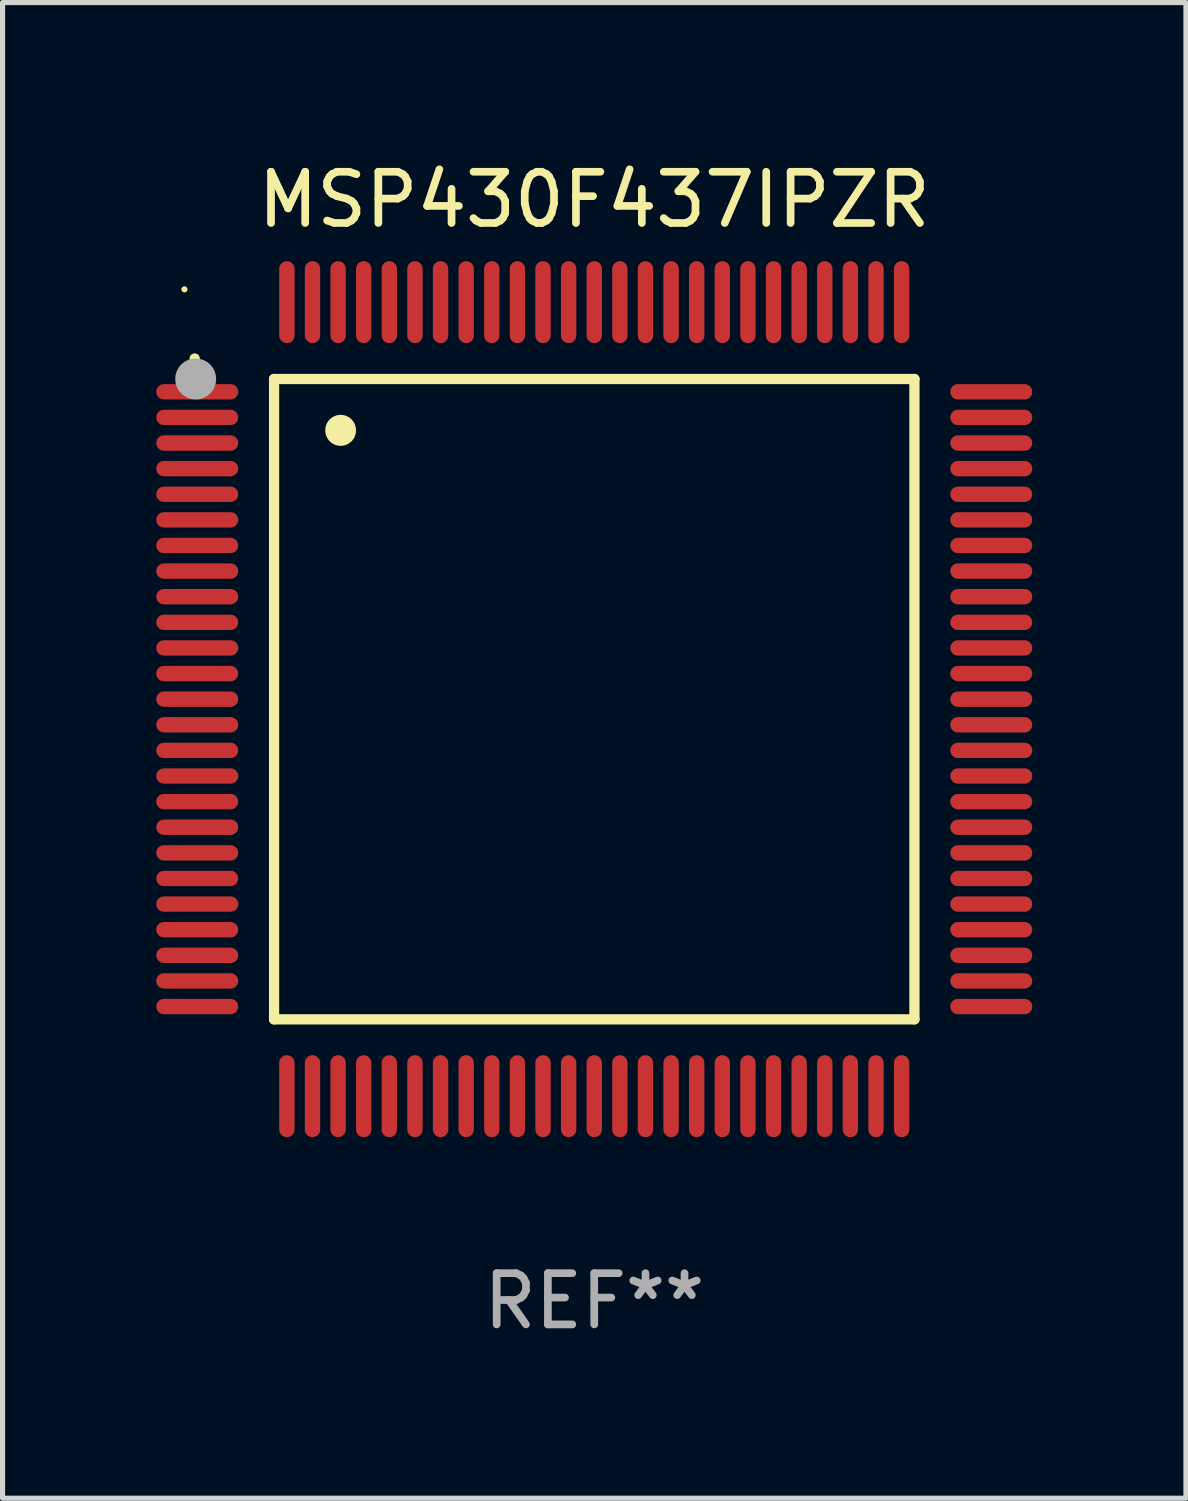
<source format=kicad_pcb>
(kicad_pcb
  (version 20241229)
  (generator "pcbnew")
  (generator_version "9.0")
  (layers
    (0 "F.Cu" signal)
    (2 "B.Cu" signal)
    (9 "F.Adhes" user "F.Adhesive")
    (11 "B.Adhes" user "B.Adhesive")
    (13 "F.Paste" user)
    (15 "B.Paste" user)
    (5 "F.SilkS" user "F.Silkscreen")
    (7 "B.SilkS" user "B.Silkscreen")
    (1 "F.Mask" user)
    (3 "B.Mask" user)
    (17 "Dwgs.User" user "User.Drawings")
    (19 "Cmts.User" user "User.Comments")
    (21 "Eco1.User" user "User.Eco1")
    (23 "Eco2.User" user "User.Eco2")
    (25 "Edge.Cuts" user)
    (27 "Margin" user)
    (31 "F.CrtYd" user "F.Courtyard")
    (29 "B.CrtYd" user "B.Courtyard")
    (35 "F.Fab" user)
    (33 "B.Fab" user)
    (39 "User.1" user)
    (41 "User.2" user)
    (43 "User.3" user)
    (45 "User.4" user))
  (footprint "MSP430F437IPZR"
    (layer "F.Cu")
    (at 8.55 10.598)
    (property "Reference" "MSP430F437IPZR" (at 0 -9.75 0) (layer "F.SilkS") (effects (font (size 1 1) (thickness 0.15))))
    (attr through_hole)
    (fp_line (start -6.25 -6.25) (end -6.25 6.25) (stroke (width 0.2) (type solid)) (layer "F.SilkS"))
    (fp_line (start -6.25 6.25) (end 6.25 6.25) (stroke (width 0.2) (type solid)) (layer "F.SilkS"))
    (fp_line (start 6.25 -6.25) (end -6.25 -6.25) (stroke (width 0.2) (type solid)) (layer "F.SilkS"))
    (fp_line (start 6.25 6.25) (end 6.25 -6.25) (stroke (width 0.2) (type solid)) (layer "F.SilkS"))
    (fp_arc (start -7.799568 -6.647625) (mid -7.799571 -6.648463) (end -7.799568 -6.649301) (stroke (width 0.2) (type solid)) (layer "F.SilkS"))
    (fp_arc (start -4.95047 -5.245111) (mid -4.950481 -5.247651) (end -4.95047 -5.250191) (stroke (width 0.6) (type solid)) (layer "F.SilkS"))
    (fp_circle (center -8 -8) (end -7.97 -8) (stroke (width 0.06) (type solid)) (fill no) (layer "F.SilkS"))
    (fp_circle (center -7.78 -6.25) (end -7.58 -6.25) (stroke (width 0.4) (type solid)) (fill no) (layer "F.Fab"))
    (fp_text user "REF**" (at 0 11.75 0) (layer "F.Fab") (effects (font (size 1 1) (thickness 0.15))))
    (pad "1" smd oval (at -7.75 -6 90) (size 0.3 1.6) (layers "F.Cu" "F.Mask" "F.Paste"))
    (pad "2" smd oval (at -7.75 -5.5 90) (size 0.3 1.6) (layers "F.Cu" "F.Mask" "F.Paste"))
    (pad "3" smd oval (at -7.75 -5 90) (size 0.3 1.6) (layers "F.Cu" "F.Mask" "F.Paste"))
    (pad "4" smd oval (at -7.75 -4.5 90) (size 0.3 1.6) (layers "F.Cu" "F.Mask" "F.Paste"))
    (pad "5" smd oval (at -7.75 -4 90) (size 0.3 1.6) (layers "F.Cu" "F.Mask" "F.Paste"))
    (pad "6" smd oval (at -7.75 -3.5 90) (size 0.3 1.6) (layers "F.Cu" "F.Mask" "F.Paste"))
    (pad "7" smd oval (at -7.75 -3 90) (size 0.3 1.6) (layers "F.Cu" "F.Mask" "F.Paste"))
    (pad "8" smd oval (at -7.75 -2.5 90) (size 0.3 1.6) (layers "F.Cu" "F.Mask" "F.Paste"))
    (pad "9" smd oval (at -7.75 -2 90) (size 0.3 1.6) (layers "F.Cu" "F.Mask" "F.Paste"))
    (pad "10" smd oval (at -7.75 -1.5 90) (size 0.3 1.6) (layers "F.Cu" "F.Mask" "F.Paste"))
    (pad "11" smd oval (at -7.75 -1 90) (size 0.3 1.6) (layers "F.Cu" "F.Mask" "F.Paste"))
    (pad "12" smd oval (at -7.75 -0.5 90) (size 0.3 1.6) (layers "F.Cu" "F.Mask" "F.Paste"))
    (pad "13" smd oval (at -7.75 0 90) (size 0.3 1.6) (layers "F.Cu" "F.Mask" "F.Paste"))
    (pad "14" smd oval (at -7.75 0.5 90) (size 0.3 1.6) (layers "F.Cu" "F.Mask" "F.Paste"))
    (pad "15" smd oval (at -7.75 1 90) (size 0.3 1.6) (layers "F.Cu" "F.Mask" "F.Paste"))
    (pad "16" smd oval (at -7.75 1.5 90) (size 0.3 1.6) (layers "F.Cu" "F.Mask" "F.Paste"))
    (pad "17" smd oval (at -7.75 2 90) (size 0.3 1.6) (layers "F.Cu" "F.Mask" "F.Paste"))
    (pad "18" smd oval (at -7.75 2.5 90) (size 0.3 1.6) (layers "F.Cu" "F.Mask" "F.Paste"))
    (pad "19" smd oval (at -7.75 3 90) (size 0.3 1.6) (layers "F.Cu" "F.Mask" "F.Paste"))
    (pad "20" smd oval (at -7.75 3.5 90) (size 0.3 1.6) (layers "F.Cu" "F.Mask" "F.Paste"))
    (pad "21" smd oval (at -7.75 4 90) (size 0.3 1.6) (layers "F.Cu" "F.Mask" "F.Paste"))
    (pad "22" smd oval (at -7.75 4.5 90) (size 0.3 1.6) (layers "F.Cu" "F.Mask" "F.Paste"))
    (pad "23" smd oval (at -7.75 5 90) (size 0.3 1.6) (layers "F.Cu" "F.Mask" "F.Paste"))
    (pad "24" smd oval (at -7.75 5.5 90) (size 0.3 1.6) (layers "F.Cu" "F.Mask" "F.Paste"))
    (pad "25" smd oval (at -7.75 6 90) (size 0.3 1.6) (layers "F.Cu" "F.Mask" "F.Paste"))
    (pad "26" smd oval (at -6 7.75) (size 0.3 1.6) (layers "F.Cu" "F.Mask" "F.Paste"))
    (pad "27" smd oval (at -5.5 7.75) (size 0.3 1.6) (layers "F.Cu" "F.Mask" "F.Paste"))
    (pad "28" smd oval (at -5 7.75) (size 0.3 1.6) (layers "F.Cu" "F.Mask" "F.Paste"))
    (pad "29" smd oval (at -4.5 7.75) (size 0.3 1.6) (layers "F.Cu" "F.Mask" "F.Paste"))
    (pad "30" smd oval (at -4 7.75) (size 0.3 1.6) (layers "F.Cu" "F.Mask" "F.Paste"))
    (pad "31" smd oval (at -3.5 7.75) (size 0.3 1.6) (layers "F.Cu" "F.Mask" "F.Paste"))
    (pad "32" smd oval (at -3 7.75) (size 0.3 1.6) (layers "F.Cu" "F.Mask" "F.Paste"))
    (pad "33" smd oval (at -2.5 7.75) (size 0.3 1.6) (layers "F.Cu" "F.Mask" "F.Paste"))
    (pad "34" smd oval (at -2 7.75) (size 0.3 1.6) (layers "F.Cu" "F.Mask" "F.Paste"))
    (pad "35" smd oval (at -1.5 7.75) (size 0.3 1.6) (layers "F.Cu" "F.Mask" "F.Paste"))
    (pad "36" smd oval (at -1 7.75) (size 0.3 1.6) (layers "F.Cu" "F.Mask" "F.Paste"))
    (pad "37" smd oval (at -0.5 7.75) (size 0.3 1.6) (layers "F.Cu" "F.Mask" "F.Paste"))
    (pad "38" smd oval (at 0 7.75) (size 0.3 1.6) (layers "F.Cu" "F.Mask" "F.Paste"))
    (pad "39" smd oval (at 0.5 7.75) (size 0.3 1.6) (layers "F.Cu" "F.Mask" "F.Paste"))
    (pad "40" smd oval (at 1 7.75) (size 0.3 1.6) (layers "F.Cu" "F.Mask" "F.Paste"))
    (pad "41" smd oval (at 1.5 7.75) (size 0.3 1.6) (layers "F.Cu" "F.Mask" "F.Paste"))
    (pad "42" smd oval (at 2 7.75) (size 0.3 1.6) (layers "F.Cu" "F.Mask" "F.Paste"))
    (pad "43" smd oval (at 2.5 7.75) (size 0.3 1.6) (layers "F.Cu" "F.Mask" "F.Paste"))
    (pad "44" smd oval (at 3 7.75) (size 0.3 1.6) (layers "F.Cu" "F.Mask" "F.Paste"))
    (pad "45" smd oval (at 3.5 7.75) (size 0.3 1.6) (layers "F.Cu" "F.Mask" "F.Paste"))
    (pad "46" smd oval (at 4 7.75) (size 0.3 1.6) (layers "F.Cu" "F.Mask" "F.Paste"))
    (pad "47" smd oval (at 4.5 7.75) (size 0.3 1.6) (layers "F.Cu" "F.Mask" "F.Paste"))
    (pad "48" smd oval (at 5 7.75) (size 0.3 1.6) (layers "F.Cu" "F.Mask" "F.Paste"))
    (pad "49" smd oval (at 5.5 7.75) (size 0.3 1.6) (layers "F.Cu" "F.Mask" "F.Paste"))
    (pad "50" smd oval (at 6 7.75) (size 0.3 1.6) (layers "F.Cu" "F.Mask" "F.Paste"))
    (pad "51" smd oval (at 7.75 6 90) (size 0.3 1.6) (layers "F.Cu" "F.Mask" "F.Paste"))
    (pad "52" smd oval (at 7.75 5.5 90) (size 0.3 1.6) (layers "F.Cu" "F.Mask" "F.Paste"))
    (pad "53" smd oval (at 7.75 5 90) (size 0.3 1.6) (layers "F.Cu" "F.Mask" "F.Paste"))
    (pad "54" smd oval (at 7.75 4.5 90) (size 0.3 1.6) (layers "F.Cu" "F.Mask" "F.Paste"))
    (pad "55" smd oval (at 7.75 4 90) (size 0.3 1.6) (layers "F.Cu" "F.Mask" "F.Paste"))
    (pad "56" smd oval (at 7.75 3.5 90) (size 0.3 1.6) (layers "F.Cu" "F.Mask" "F.Paste"))
    (pad "57" smd oval (at 7.75 3 90) (size 0.3 1.6) (layers "F.Cu" "F.Mask" "F.Paste"))
    (pad "58" smd oval (at 7.75 2.5 90) (size 0.3 1.6) (layers "F.Cu" "F.Mask" "F.Paste"))
    (pad "59" smd oval (at 7.75 2 90) (size 0.3 1.6) (layers "F.Cu" "F.Mask" "F.Paste"))
    (pad "60" smd oval (at 7.75 1.5 90) (size 0.3 1.6) (layers "F.Cu" "F.Mask" "F.Paste"))
    (pad "61" smd oval (at 7.75 1 90) (size 0.3 1.6) (layers "F.Cu" "F.Mask" "F.Paste"))
    (pad "62" smd oval (at 7.75 0.5 90) (size 0.3 1.6) (layers "F.Cu" "F.Mask" "F.Paste"))
    (pad "63" smd oval (at 7.75 0 90) (size 0.3 1.6) (layers "F.Cu" "F.Mask" "F.Paste"))
    (pad "64" smd oval (at 7.75 -0.5 90) (size 0.3 1.6) (layers "F.Cu" "F.Mask" "F.Paste"))
    (pad "65" smd oval (at 7.75 -1 90) (size 0.3 1.6) (layers "F.Cu" "F.Mask" "F.Paste"))
    (pad "66" smd oval (at 7.75 -1.5 90) (size 0.3 1.6) (layers "F.Cu" "F.Mask" "F.Paste"))
    (pad "67" smd oval (at 7.75 -2 90) (size 0.3 1.6) (layers "F.Cu" "F.Mask" "F.Paste"))
    (pad "68" smd oval (at 7.75 -2.5 90) (size 0.3 1.6) (layers "F.Cu" "F.Mask" "F.Paste"))
    (pad "69" smd oval (at 7.75 -3 90) (size 0.3 1.6) (layers "F.Cu" "F.Mask" "F.Paste"))
    (pad "70" smd oval (at 7.75 -3.5 90) (size 0.3 1.6) (layers "F.Cu" "F.Mask" "F.Paste"))
    (pad "71" smd oval (at 7.75 -4 90) (size 0.3 1.6) (layers "F.Cu" "F.Mask" "F.Paste"))
    (pad "72" smd oval (at 7.75 -4.5 90) (size 0.3 1.6) (layers "F.Cu" "F.Mask" "F.Paste"))
    (pad "73" smd oval (at 7.75 -5 90) (size 0.3 1.6) (layers "F.Cu" "F.Mask" "F.Paste"))
    (pad "74" smd oval (at 7.75 -5.5 90) (size 0.3 1.6) (layers "F.Cu" "F.Mask" "F.Paste"))
    (pad "75" smd oval (at 7.75 -6 90) (size 0.3 1.6) (layers "F.Cu" "F.Mask" "F.Paste"))
    (pad "76" smd oval (at 6 -7.75) (size 0.3 1.6) (layers "F.Cu" "F.Mask" "F.Paste"))
    (pad "77" smd oval (at 5.5 -7.75) (size 0.3 1.6) (layers "F.Cu" "F.Mask" "F.Paste"))
    (pad "78" smd oval (at 5 -7.75) (size 0.3 1.6) (layers "F.Cu" "F.Mask" "F.Paste"))
    (pad "79" smd oval (at 4.5 -7.75) (size 0.3 1.6) (layers "F.Cu" "F.Mask" "F.Paste"))
    (pad "80" smd oval (at 4 -7.75) (size 0.3 1.6) (layers "F.Cu" "F.Mask" "F.Paste"))
    (pad "81" smd oval (at 3.5 -7.75) (size 0.3 1.6) (layers "F.Cu" "F.Mask" "F.Paste"))
    (pad "82" smd oval (at 3 -7.75) (size 0.3 1.6) (layers "F.Cu" "F.Mask" "F.Paste"))
    (pad "83" smd oval (at 2.5 -7.75) (size 0.3 1.6) (layers "F.Cu" "F.Mask" "F.Paste"))
    (pad "84" smd oval (at 2 -7.75) (size 0.3 1.6) (layers "F.Cu" "F.Mask" "F.Paste"))
    (pad "85" smd oval (at 1.5 -7.75) (size 0.3 1.6) (layers "F.Cu" "F.Mask" "F.Paste"))
    (pad "86" smd oval (at 1 -7.75) (size 0.3 1.6) (layers "F.Cu" "F.Mask" "F.Paste"))
    (pad "87" smd oval (at 0.5 -7.75) (size 0.3 1.6) (layers "F.Cu" "F.Mask" "F.Paste"))
    (pad "88" smd oval (at 0 -7.75) (size 0.3 1.6) (layers "F.Cu" "F.Mask" "F.Paste"))
    (pad "89" smd oval (at -0.5 -7.75) (size 0.3 1.6) (layers "F.Cu" "F.Mask" "F.Paste"))
    (pad "90" smd oval (at -1 -7.75) (size 0.3 1.6) (layers "F.Cu" "F.Mask" "F.Paste"))
    (pad "91" smd oval (at -1.5 -7.75) (size 0.3 1.6) (layers "F.Cu" "F.Mask" "F.Paste"))
    (pad "92" smd oval (at -2 -7.75) (size 0.3 1.6) (layers "F.Cu" "F.Mask" "F.Paste"))
    (pad "93" smd oval (at -2.5 -7.75) (size 0.3 1.6) (layers "F.Cu" "F.Mask" "F.Paste"))
    (pad "94" smd oval (at -3 -7.75) (size 0.3 1.6) (layers "F.Cu" "F.Mask" "F.Paste"))
    (pad "95" smd oval (at -3.5 -7.75) (size 0.3 1.6) (layers "F.Cu" "F.Mask" "F.Paste"))
    (pad "96" smd oval (at -4 -7.75) (size 0.3 1.6) (layers "F.Cu" "F.Mask" "F.Paste"))
    (pad "97" smd oval (at -4.5 -7.75) (size 0.3 1.6) (layers "F.Cu" "F.Mask" "F.Paste"))
    (pad "98" smd oval (at -5 -7.75) (size 0.3 1.6) (layers "F.Cu" "F.Mask" "F.Paste"))
    (pad "99" smd oval (at -5.5 -7.75) (size 0.3 1.6) (layers "F.Cu" "F.Mask" "F.Paste"))
    (pad "100" smd oval (at -6 -7.75) (size 0.3 1.6) (layers "F.Cu" "F.Mask" "F.Paste")))
  (gr_rect
    (start -3 -3)
    (end 20.1 26.196)
    (stroke (width 0.1) (type default))
    (fill no)
    (layer "Edge.Cuts")))
</source>
